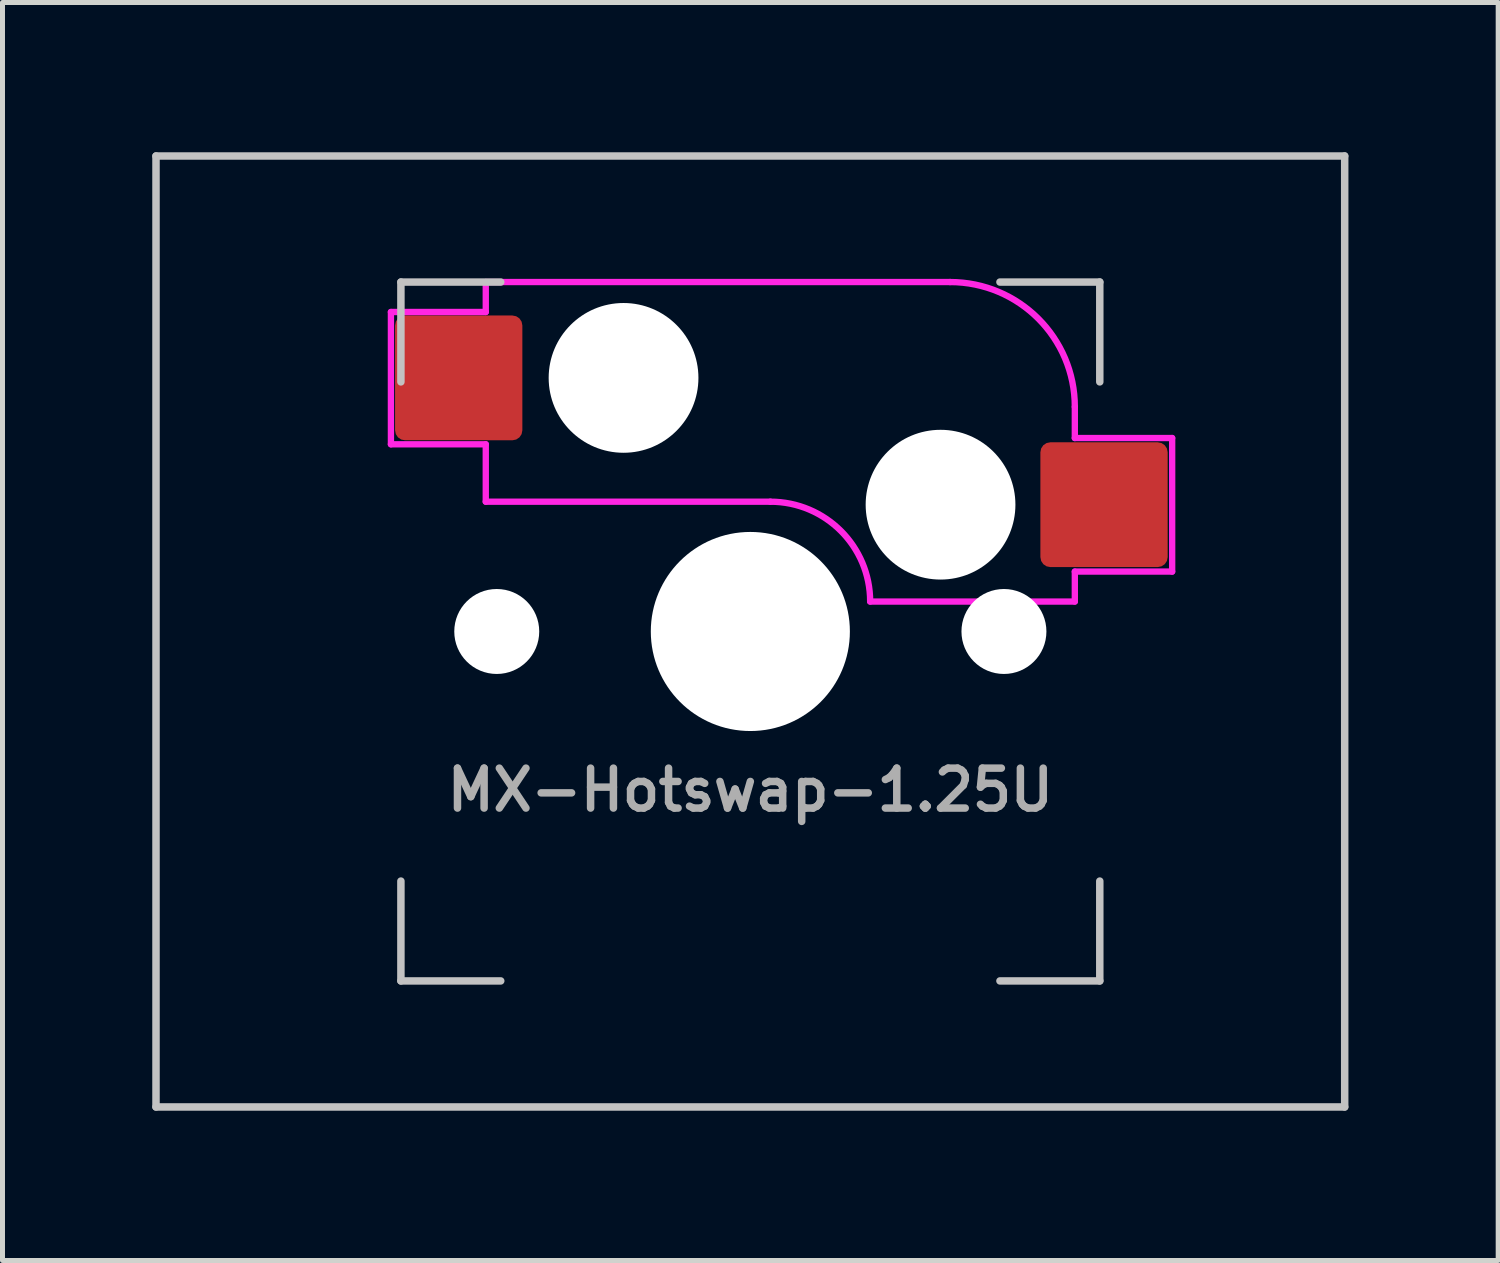
<source format=kicad_pcb>
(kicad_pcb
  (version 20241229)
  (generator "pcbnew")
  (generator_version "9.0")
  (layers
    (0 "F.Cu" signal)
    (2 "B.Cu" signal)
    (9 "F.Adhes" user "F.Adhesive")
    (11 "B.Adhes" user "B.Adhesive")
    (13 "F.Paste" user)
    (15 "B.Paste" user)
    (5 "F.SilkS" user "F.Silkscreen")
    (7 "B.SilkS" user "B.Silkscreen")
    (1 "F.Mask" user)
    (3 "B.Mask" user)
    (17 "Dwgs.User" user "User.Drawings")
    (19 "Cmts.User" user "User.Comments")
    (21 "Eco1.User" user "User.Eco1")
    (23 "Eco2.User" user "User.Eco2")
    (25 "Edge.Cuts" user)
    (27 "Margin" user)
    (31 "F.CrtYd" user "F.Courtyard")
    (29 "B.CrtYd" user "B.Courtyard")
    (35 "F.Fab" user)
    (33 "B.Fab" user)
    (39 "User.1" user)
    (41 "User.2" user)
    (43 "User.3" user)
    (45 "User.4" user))
  (footprint "MX-Hotswap-1.25U"
    (layer "F.Cu")
    (at 11.981 9.6)
    (property "Reference" "MX-Hotswap-1.25U" (at 0 3.175 0) (layer "F.Fab") (effects (font (size 0.8 0.8) (thickness 0.15))))
    (attr smd)
    (fp_line (start -11.906 9.525) (end -11.906 -9.525) (stroke (width 0.15) (type solid)) (layer "Dwgs.User"))
    (fp_line (start -7 -7) (end -5 -7) (stroke (width 0.15) (type solid)) (layer "Dwgs.User"))
    (fp_line (start -7 -5) (end -7 -7) (stroke (width 0.15) (type solid)) (layer "Dwgs.User"))
    (fp_line (start -7 5) (end -7 7) (stroke (width 0.15) (type solid)) (layer "Dwgs.User"))
    (fp_line (start -7 7) (end -5 7) (stroke (width 0.15) (type solid)) (layer "Dwgs.User"))
    (fp_line (start 5 7) (end 7 7) (stroke (width 0.15) (type solid)) (layer "Dwgs.User"))
    (fp_line (start 7 -7) (end 5 -7) (stroke (width 0.15) (type solid)) (layer "Dwgs.User"))
    (fp_line (start 7 -5) (end 7 -7) (stroke (width 0.15) (type solid)) (layer "Dwgs.User"))
    (fp_line (start 7 7) (end 7 5) (stroke (width 0.15) (type solid)) (layer "Dwgs.User"))
    (fp_line (start 11.906 -9.525) (end -11.906 -9.525) (stroke (width 0.15) (type solid)) (layer "Dwgs.User"))
    (fp_line (start 11.906 9.525) (end -11.906 9.525) (stroke (width 0.15) (type solid)) (layer "Dwgs.User"))
    (fp_line (start 11.906 9.525) (end 11.906 -9.525) (stroke (width 0.15) (type solid)) (layer "Dwgs.User"))
    (fp_line (start -7.2 -6.4) (end -5.3 -6.4) (stroke (width 0.127) (type solid)) (layer "F.CrtYd"))
    (fp_line (start -7.2 -3.75) (end -7.2 -6.4) (stroke (width 0.127) (type solid)) (layer "F.CrtYd"))
    (fp_line (start -5.3 -6.4) (end -5.3 -7) (stroke (width 0.127) (type solid)) (layer "F.CrtYd"))
    (fp_line (start -5.3 -3.75) (end -7.2 -3.75) (stroke (width 0.127) (type solid)) (layer "F.CrtYd"))
    (fp_line (start -5.3 -3.75) (end -5.3 -2.6) (stroke (width 0.127) (type solid)) (layer "F.CrtYd"))
    (fp_line (start -5.3 -2.6) (end 0.4 -2.6) (stroke (width 0.127) (type solid)) (layer "F.CrtYd"))
    (fp_line (start 2.4 -0.6) (end 6.5 -0.6) (stroke (width 0.127) (type solid)) (layer "F.CrtYd"))
    (fp_line (start 4 -7) (end -5.3 -7) (stroke (width 0.127) (type solid)) (layer "F.CrtYd"))
    (fp_line (start 6.5 -3.875) (end 6.5 -4.5) (stroke (width 0.127) (type solid)) (layer "F.CrtYd"))
    (fp_line (start 6.5 -1.2) (end 6.5 -0.6) (stroke (width 0.127) (type solid)) (layer "F.CrtYd"))
    (fp_line (start 6.5 -1.2) (end 8.45 -1.2) (stroke (width 0.127) (type solid)) (layer "F.CrtYd"))
    (fp_line (start 8.45 -3.875) (end 6.5 -3.875) (stroke (width 0.127) (type solid)) (layer "F.CrtYd"))
    (fp_line (start 8.45 -1.2) (end 8.45 -3.875) (stroke (width 0.127) (type solid)) (layer "F.CrtYd"))
    (fp_arc (start 0.4 -2.6) (mid 1.814214 -2.014214) (end 2.4 -0.6) (stroke (width 0.127) (type solid)) (layer "F.CrtYd"))
    (fp_arc (start 4 -7) (mid 5.767767 -6.267767) (end 6.5 -4.5) (stroke (width 0.127) (type solid)) (layer "F.CrtYd"))
    (pad "" np_thru_hole circle (at -5.08 0 311.901) (size 1.702 1.702) (drill 1.702) (layers "*.Cu" "*.Mask"))
    (pad "" np_thru_hole circle (at -2.54 -5.08) (size 3 3) (drill 3) (layers "*.Cu" "*.Mask"))
    (pad "" np_thru_hole circle (at 0 0) (size 3.988 3.988) (drill 3.988) (layers "*.Cu" "*.Mask"))
    (pad "" np_thru_hole circle (at 3.81 -2.54) (size 3 3) (drill 3) (layers "*.Cu" "*.Mask"))
    (pad "" np_thru_hole circle (at 5.08 0 311.901) (size 1.702 1.702) (drill 1.702) (layers "*.Cu" "*.Mask"))
    (pad "1" smd roundrect (at 7.085 -2.54) (size 2.55 2.5) (layers "F.Cu" "F.Mask" "F.Paste") (roundrect_rratio 0.08))
    (pad "2" smd roundrect (at -5.842 -5.08) (size 2.55 2.5) (layers "F.Cu" "F.Mask" "F.Paste") (roundrect_rratio 0.08)))
  (gr_rect
    (start -3 -3)
    (end 26.962 22.2)
    (stroke (width 0.1) (type default))
    (fill no)
    (layer "Edge.Cuts")))
</source>
